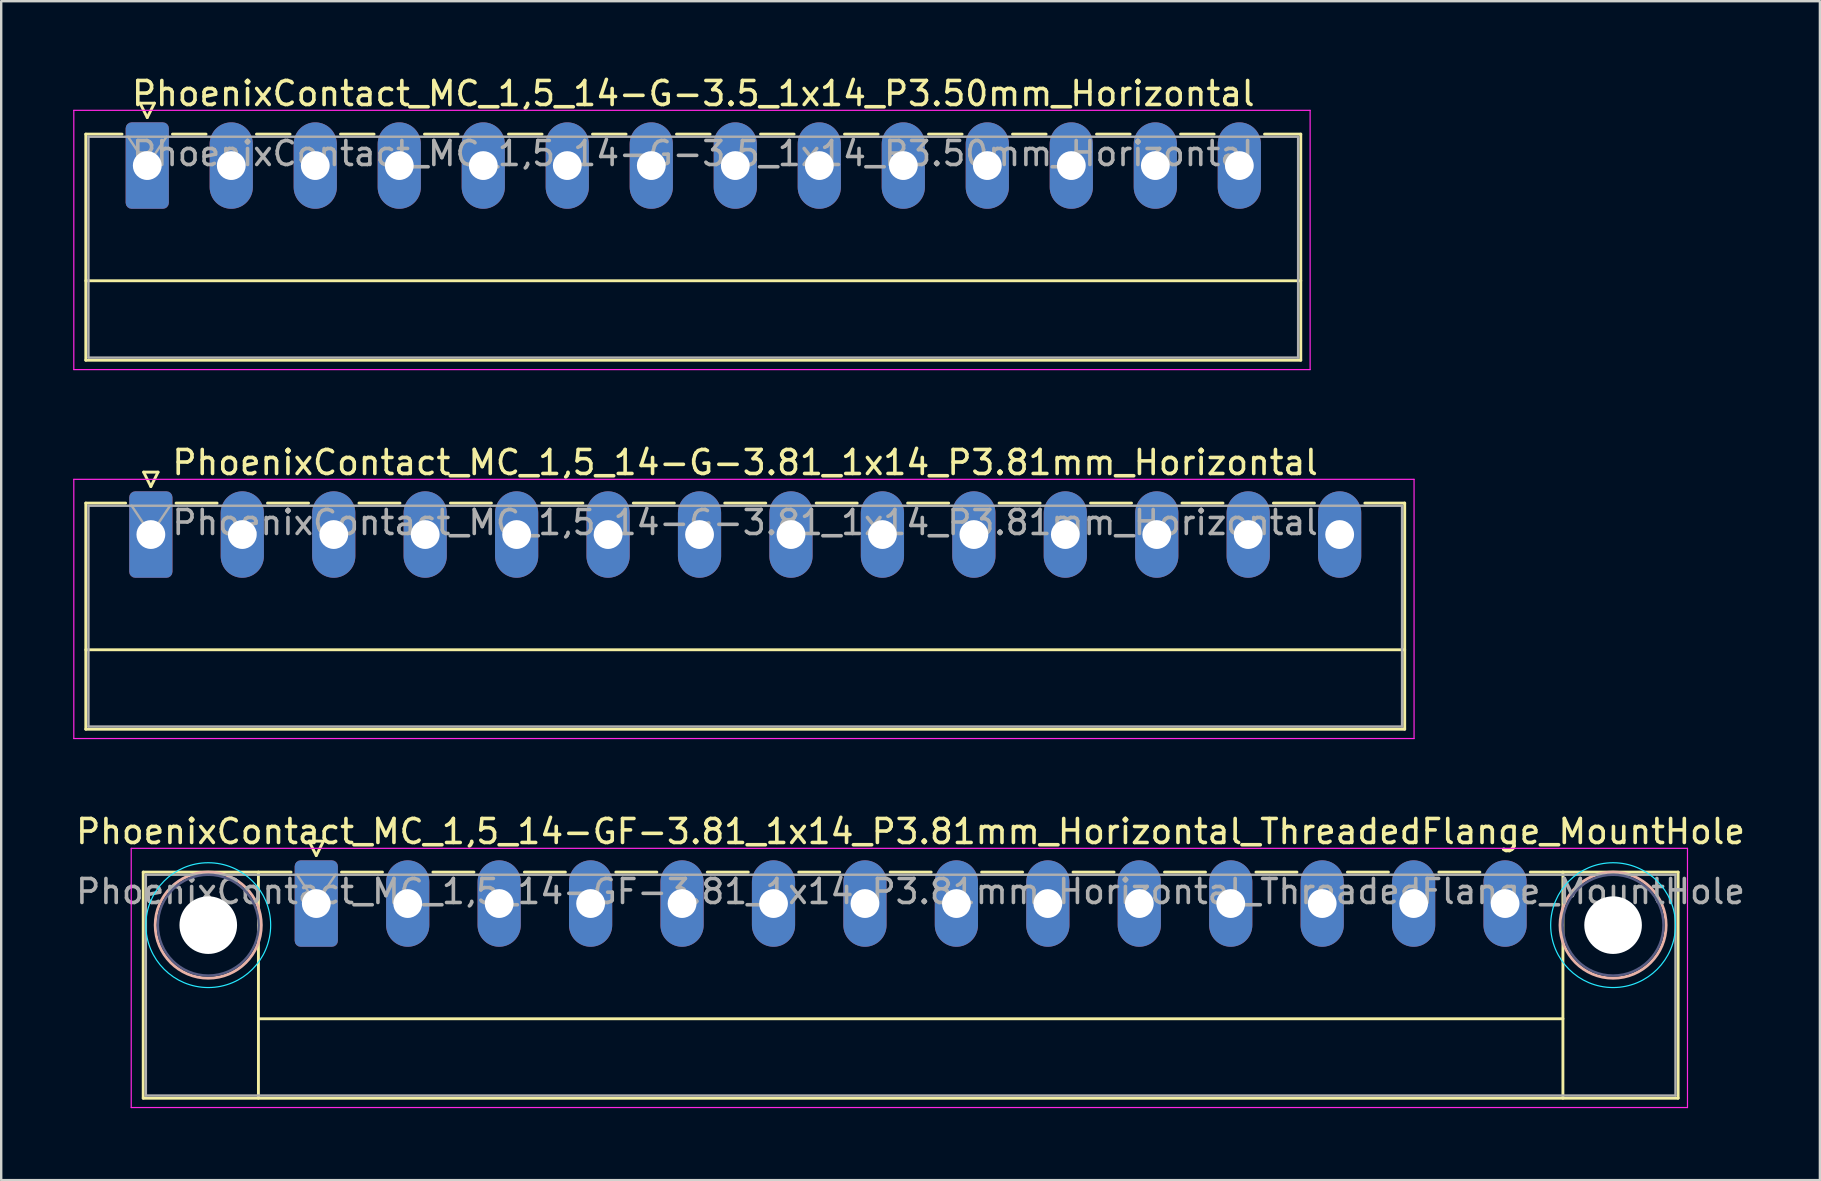
<source format=kicad_pcb>
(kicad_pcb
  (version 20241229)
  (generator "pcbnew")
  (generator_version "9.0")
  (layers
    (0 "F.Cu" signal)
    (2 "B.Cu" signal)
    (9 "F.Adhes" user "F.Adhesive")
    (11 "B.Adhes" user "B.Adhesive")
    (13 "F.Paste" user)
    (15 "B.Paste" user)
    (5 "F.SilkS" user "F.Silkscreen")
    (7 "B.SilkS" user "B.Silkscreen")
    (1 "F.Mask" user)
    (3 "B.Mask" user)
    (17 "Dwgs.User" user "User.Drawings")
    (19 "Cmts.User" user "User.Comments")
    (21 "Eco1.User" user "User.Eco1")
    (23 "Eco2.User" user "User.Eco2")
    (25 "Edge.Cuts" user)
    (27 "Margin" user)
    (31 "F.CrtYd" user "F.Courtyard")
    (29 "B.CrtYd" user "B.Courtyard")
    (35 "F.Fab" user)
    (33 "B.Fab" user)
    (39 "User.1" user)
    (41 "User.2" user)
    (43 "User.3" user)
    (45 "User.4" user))
  (footprint "PhoenixContact_MC_1,5_14-GF-3.81_1x14_P3.81mm_Horizontal_ThreadedFlange_MountHole"
    (layer "F.Cu")
    (at 10.127 34.595)
    (property "Reference" "PhoenixContact_MC_1,5_14-GF-3.81_1x14_P3.81mm_Horizontal_ThreadedFlange_MountHole" (at 24.76 -3 0) (layer "F.SilkS") (effects (font (size 1 1) (thickness 0.15))))
    (attr through_hole)
    (fp_line (start -7.21 -1.31) (end -7.21 8.11) (stroke (width 0.12) (type solid)) (layer "F.SilkS"))
    (fp_line (start -7.21 -1.31) (end -1.05 -1.31) (stroke (width 0.12) (type solid)) (layer "F.SilkS"))
    (fp_line (start -7.21 8.11) (end 56.74 8.11) (stroke (width 0.12) (type solid)) (layer "F.SilkS"))
    (fp_line (start -2.41 -1.31) (end -2.41 8.11) (stroke (width 0.12) (type solid)) (layer "F.SilkS"))
    (fp_line (start -2.41 4.8) (end 51.94 4.8) (stroke (width 0.12) (type solid)) (layer "F.SilkS"))
    (fp_line (start -0.3 -2.6) (end 0.3 -2.6) (stroke (width 0.12) (type solid)) (layer "F.SilkS"))
    (fp_line (start 0 -2) (end -0.3 -2.6) (stroke (width 0.12) (type solid)) (layer "F.SilkS"))
    (fp_line (start 0.3 -2.6) (end 0 -2) (stroke (width 0.12) (type solid)) (layer "F.SilkS"))
    (fp_line (start 1.05 -1.31) (end 2.76 -1.31) (stroke (width 0.12) (type solid)) (layer "F.SilkS"))
    (fp_line (start 4.86 -1.31) (end 6.57 -1.31) (stroke (width 0.12) (type solid)) (layer "F.SilkS"))
    (fp_line (start 8.67 -1.31) (end 10.38 -1.31) (stroke (width 0.12) (type solid)) (layer "F.SilkS"))
    (fp_line (start 12.48 -1.31) (end 14.19 -1.31) (stroke (width 0.12) (type solid)) (layer "F.SilkS"))
    (fp_line (start 16.29 -1.31) (end 18 -1.31) (stroke (width 0.12) (type solid)) (layer "F.SilkS"))
    (fp_line (start 20.1 -1.31) (end 21.81 -1.31) (stroke (width 0.12) (type solid)) (layer "F.SilkS"))
    (fp_line (start 23.91 -1.31) (end 25.62 -1.31) (stroke (width 0.12) (type solid)) (layer "F.SilkS"))
    (fp_line (start 27.72 -1.31) (end 29.43 -1.31) (stroke (width 0.12) (type solid)) (layer "F.SilkS"))
    (fp_line (start 31.53 -1.31) (end 33.24 -1.31) (stroke (width 0.12) (type solid)) (layer "F.SilkS"))
    (fp_line (start 35.34 -1.31) (end 37.05 -1.31) (stroke (width 0.12) (type solid)) (layer "F.SilkS"))
    (fp_line (start 39.15 -1.31) (end 40.86 -1.31) (stroke (width 0.12) (type solid)) (layer "F.SilkS"))
    (fp_line (start 42.96 -1.31) (end 44.67 -1.31) (stroke (width 0.12) (type solid)) (layer "F.SilkS"))
    (fp_line (start 46.77 -1.31) (end 48.48 -1.31) (stroke (width 0.12) (type solid)) (layer "F.SilkS"))
    (fp_line (start 51.94 -1.31) (end 51.94 8.11) (stroke (width 0.12) (type solid)) (layer "F.SilkS"))
    (fp_line (start 56.74 -1.31) (end 50.58 -1.31) (stroke (width 0.12) (type solid)) (layer "F.SilkS"))
    (fp_line (start 56.74 8.11) (end 56.74 -1.31) (stroke (width 0.12) (type solid)) (layer "F.SilkS"))
    (fp_circle (center -4.5 0.9) (end -2.29 0.9) (stroke (width 0.12) (type solid)) (fill no) (layer "B.SilkS"))
    (fp_circle (center 54.03 0.9) (end 56.24 0.9) (stroke (width 0.12) (type solid)) (fill no) (layer "B.SilkS"))
    (fp_circle (center -4.5 0.9) (end -1.9 0.9) (stroke (width 0.05) (type solid)) (fill no) (layer "B.CrtYd"))
    (fp_circle (center 54.03 0.9) (end 56.63 0.9) (stroke (width 0.05) (type solid)) (fill no) (layer "B.CrtYd"))
    (fp_line (start -7.71 -2.3) (end -7.71 8.5) (stroke (width 0.05) (type solid)) (layer "F.CrtYd"))
    (fp_line (start -7.71 8.5) (end 57.13 8.5) (stroke (width 0.05) (type solid)) (layer "F.CrtYd"))
    (fp_line (start 57.13 -2.3) (end -7.71 -2.3) (stroke (width 0.05) (type solid)) (layer "F.CrtYd"))
    (fp_line (start 57.13 8.5) (end 57.13 -2.3) (stroke (width 0.05) (type solid)) (layer "F.CrtYd"))
    (fp_circle (center -4.5 0.9) (end -2.4 0.9) (stroke (width 0.1) (type solid)) (fill no) (layer "B.Fab"))
    (fp_circle (center 54.03 0.9) (end 56.13 0.9) (stroke (width 0.1) (type solid)) (fill no) (layer "B.Fab"))
    (fp_line (start -7.1 -1.2) (end -7.1 8) (stroke (width 0.1) (type solid)) (layer "F.Fab"))
    (fp_line (start -7.1 8) (end 56.63 8) (stroke (width 0.1) (type solid)) (layer "F.Fab"))
    (fp_line (start 0 0) (end -0.8 -1.2) (stroke (width 0.1) (type solid)) (layer "F.Fab"))
    (fp_line (start 0.8 -1.2) (end 0 0) (stroke (width 0.1) (type solid)) (layer "F.Fab"))
    (fp_line (start 56.63 -1.2) (end -7.1 -1.2) (stroke (width 0.1) (type solid)) (layer "F.Fab"))
    (fp_line (start 56.63 8) (end 56.63 -1.2) (stroke (width 0.1) (type solid)) (layer "F.Fab"))
    (fp_text user "${REFERENCE}" (at 24.76 -0.5 0) (layer "F.Fab") (effects (font (size 1 1) (thickness 0.15))))
    (pad "" np_thru_hole circle (at -4.5 0.9) (size 2.4 2.4) (drill 2.4) (layers "*.Cu" "*.Mask"))
    (pad "" np_thru_hole circle (at 54.03 0.9) (size 2.4 2.4) (drill 2.4) (layers "*.Cu" "*.Mask"))
    (pad "1" thru_hole roundrect (at 0 0) (size 1.8 3.6) (drill 1.2) (layers "*.Cu" "*.Mask") (roundrect_rratio 0.139))
    (pad "2" thru_hole oval (at 3.81 0) (size 1.8 3.6) (drill 1.2) (layers "*.Cu" "*.Mask"))
    (pad "3" thru_hole oval (at 7.62 0) (size 1.8 3.6) (drill 1.2) (layers "*.Cu" "*.Mask"))
    (pad "4" thru_hole oval (at 11.43 0) (size 1.8 3.6) (drill 1.2) (layers "*.Cu" "*.Mask"))
    (pad "5" thru_hole oval (at 15.24 0) (size 1.8 3.6) (drill 1.2) (layers "*.Cu" "*.Mask"))
    (pad "6" thru_hole oval (at 19.05 0) (size 1.8 3.6) (drill 1.2) (layers "*.Cu" "*.Mask"))
    (pad "7" thru_hole oval (at 22.86 0) (size 1.8 3.6) (drill 1.2) (layers "*.Cu" "*.Mask"))
    (pad "8" thru_hole oval (at 26.67 0) (size 1.8 3.6) (drill 1.2) (layers "*.Cu" "*.Mask"))
    (pad "9" thru_hole oval (at 30.48 0) (size 1.8 3.6) (drill 1.2) (layers "*.Cu" "*.Mask"))
    (pad "10" thru_hole oval (at 34.29 0) (size 1.8 3.6) (drill 1.2) (layers "*.Cu" "*.Mask"))
    (pad "11" thru_hole oval (at 38.1 0) (size 1.8 3.6) (drill 1.2) (layers "*.Cu" "*.Mask"))
    (pad "12" thru_hole oval (at 41.91 0) (size 1.8 3.6) (drill 1.2) (layers "*.Cu" "*.Mask"))
    (pad "13" thru_hole oval (at 45.72 0) (size 1.8 3.6) (drill 1.2) (layers "*.Cu" "*.Mask"))
    (pad "14" thru_hole oval (at 49.53 0) (size 1.8 3.6) (drill 1.2) (layers "*.Cu" "*.Mask")))
  (footprint "PhoenixContact_MC_1,5_14-G-3.5_1x14_P3.50mm_Horizontal"
    (layer "F.Cu")
    (at 3.085 3.848)
    (property "Reference" "PhoenixContact_MC_1,5_14-G-3.5_1x14_P3.50mm_Horizontal" (at 22.75 -3 0) (layer "F.SilkS") (effects (font (size 1 1) (thickness 0.15))))
    (attr through_hole)
    (fp_line (start -2.56 -1.31) (end -2.56 8.11) (stroke (width 0.12) (type solid)) (layer "F.SilkS"))
    (fp_line (start -2.56 -1.31) (end -1.05 -1.31) (stroke (width 0.12) (type solid)) (layer "F.SilkS"))
    (fp_line (start -2.56 4.8) (end 48.06 4.8) (stroke (width 0.12) (type solid)) (layer "F.SilkS"))
    (fp_line (start -2.56 8.11) (end 48.06 8.11) (stroke (width 0.12) (type solid)) (layer "F.SilkS"))
    (fp_line (start -0.3 -2.6) (end 0.3 -2.6) (stroke (width 0.12) (type solid)) (layer "F.SilkS"))
    (fp_line (start 0 -2) (end -0.3 -2.6) (stroke (width 0.12) (type solid)) (layer "F.SilkS"))
    (fp_line (start 0.3 -2.6) (end 0 -2) (stroke (width 0.12) (type solid)) (layer "F.SilkS"))
    (fp_line (start 1.05 -1.31) (end 2.45 -1.31) (stroke (width 0.12) (type solid)) (layer "F.SilkS"))
    (fp_line (start 4.55 -1.31) (end 5.95 -1.31) (stroke (width 0.12) (type solid)) (layer "F.SilkS"))
    (fp_line (start 8.05 -1.31) (end 9.45 -1.31) (stroke (width 0.12) (type solid)) (layer "F.SilkS"))
    (fp_line (start 11.55 -1.31) (end 12.95 -1.31) (stroke (width 0.12) (type solid)) (layer "F.SilkS"))
    (fp_line (start 15.05 -1.31) (end 16.45 -1.31) (stroke (width 0.12) (type solid)) (layer "F.SilkS"))
    (fp_line (start 18.55 -1.31) (end 19.95 -1.31) (stroke (width 0.12) (type solid)) (layer "F.SilkS"))
    (fp_line (start 22.05 -1.31) (end 23.45 -1.31) (stroke (width 0.12) (type solid)) (layer "F.SilkS"))
    (fp_line (start 25.55 -1.31) (end 26.95 -1.31) (stroke (width 0.12) (type solid)) (layer "F.SilkS"))
    (fp_line (start 29.05 -1.31) (end 30.45 -1.31) (stroke (width 0.12) (type solid)) (layer "F.SilkS"))
    (fp_line (start 32.55 -1.31) (end 33.95 -1.31) (stroke (width 0.12) (type solid)) (layer "F.SilkS"))
    (fp_line (start 36.05 -1.31) (end 37.45 -1.31) (stroke (width 0.12) (type solid)) (layer "F.SilkS"))
    (fp_line (start 39.55 -1.31) (end 40.95 -1.31) (stroke (width 0.12) (type solid)) (layer "F.SilkS"))
    (fp_line (start 43.05 -1.31) (end 44.45 -1.31) (stroke (width 0.12) (type solid)) (layer "F.SilkS"))
    (fp_line (start 48.06 -1.31) (end 46.55 -1.31) (stroke (width 0.12) (type solid)) (layer "F.SilkS"))
    (fp_line (start 48.06 8.11) (end 48.06 -1.31) (stroke (width 0.12) (type solid)) (layer "F.SilkS"))
    (fp_line (start -3.06 -2.3) (end -3.06 8.5) (stroke (width 0.05) (type solid)) (layer "F.CrtYd"))
    (fp_line (start -3.06 8.5) (end 48.45 8.5) (stroke (width 0.05) (type solid)) (layer "F.CrtYd"))
    (fp_line (start 48.45 -2.3) (end -3.06 -2.3) (stroke (width 0.05) (type solid)) (layer "F.CrtYd"))
    (fp_line (start 48.45 8.5) (end 48.45 -2.3) (stroke (width 0.05) (type solid)) (layer "F.CrtYd"))
    (fp_line (start -2.45 -1.2) (end -2.45 8) (stroke (width 0.1) (type solid)) (layer "F.Fab"))
    (fp_line (start -2.45 8) (end 47.95 8) (stroke (width 0.1) (type solid)) (layer "F.Fab"))
    (fp_line (start 0 0) (end -0.8 -1.2) (stroke (width 0.1) (type solid)) (layer "F.Fab"))
    (fp_line (start 0.8 -1.2) (end 0 0) (stroke (width 0.1) (type solid)) (layer "F.Fab"))
    (fp_line (start 47.95 -1.2) (end -2.45 -1.2) (stroke (width 0.1) (type solid)) (layer "F.Fab"))
    (fp_line (start 47.95 8) (end 47.95 -1.2) (stroke (width 0.1) (type solid)) (layer "F.Fab"))
    (fp_text user "${REFERENCE}" (at 22.75 -0.5 0) (layer "F.Fab") (effects (font (size 1 1) (thickness 0.15))))
    (pad "1" thru_hole roundrect (at 0 0) (size 1.8 3.6) (drill 1.2) (layers "*.Cu" "*.Mask") (roundrect_rratio 0.139))
    (pad "2" thru_hole oval (at 3.5 0) (size 1.8 3.6) (drill 1.2) (layers "*.Cu" "*.Mask"))
    (pad "3" thru_hole oval (at 7 0) (size 1.8 3.6) (drill 1.2) (layers "*.Cu" "*.Mask"))
    (pad "4" thru_hole oval (at 10.5 0) (size 1.8 3.6) (drill 1.2) (layers "*.Cu" "*.Mask"))
    (pad "5" thru_hole oval (at 14 0) (size 1.8 3.6) (drill 1.2) (layers "*.Cu" "*.Mask"))
    (pad "6" thru_hole oval (at 17.5 0) (size 1.8 3.6) (drill 1.2) (layers "*.Cu" "*.Mask"))
    (pad "7" thru_hole oval (at 21 0) (size 1.8 3.6) (drill 1.2) (layers "*.Cu" "*.Mask"))
    (pad "8" thru_hole oval (at 24.5 0) (size 1.8 3.6) (drill 1.2) (layers "*.Cu" "*.Mask"))
    (pad "9" thru_hole oval (at 28 0) (size 1.8 3.6) (drill 1.2) (layers "*.Cu" "*.Mask"))
    (pad "10" thru_hole oval (at 31.5 0) (size 1.8 3.6) (drill 1.2) (layers "*.Cu" "*.Mask"))
    (pad "11" thru_hole oval (at 35 0) (size 1.8 3.6) (drill 1.2) (layers "*.Cu" "*.Mask"))
    (pad "12" thru_hole oval (at 38.5 0) (size 1.8 3.6) (drill 1.2) (layers "*.Cu" "*.Mask"))
    (pad "13" thru_hole oval (at 42 0) (size 1.8 3.6) (drill 1.2) (layers "*.Cu" "*.Mask"))
    (pad "14" thru_hole oval (at 45.5 0) (size 1.8 3.6) (drill 1.2) (layers "*.Cu" "*.Mask")))
  (footprint "PhoenixContact_MC_1,5_14-G-3.81_1x14_P3.81mm_Horizontal"
    (layer "F.Cu")
    (at 3.235 19.221)
    (property "Reference" "PhoenixContact_MC_1,5_14-G-3.81_1x14_P3.81mm_Horizontal" (at 24.76 -3 0) (layer "F.SilkS") (effects (font (size 1 1) (thickness 0.15))))
    (attr through_hole)
    (fp_line (start -2.71 -1.31) (end -2.71 8.11) (stroke (width 0.12) (type solid)) (layer "F.SilkS"))
    (fp_line (start -2.71 -1.31) (end -1.05 -1.31) (stroke (width 0.12) (type solid)) (layer "F.SilkS"))
    (fp_line (start -2.71 4.8) (end 52.24 4.8) (stroke (width 0.12) (type solid)) (layer "F.SilkS"))
    (fp_line (start -2.71 8.11) (end 52.24 8.11) (stroke (width 0.12) (type solid)) (layer "F.SilkS"))
    (fp_line (start -0.3 -2.6) (end 0.3 -2.6) (stroke (width 0.12) (type solid)) (layer "F.SilkS"))
    (fp_line (start 0 -2) (end -0.3 -2.6) (stroke (width 0.12) (type solid)) (layer "F.SilkS"))
    (fp_line (start 0.3 -2.6) (end 0 -2) (stroke (width 0.12) (type solid)) (layer "F.SilkS"))
    (fp_line (start 1.05 -1.31) (end 2.76 -1.31) (stroke (width 0.12) (type solid)) (layer "F.SilkS"))
    (fp_line (start 4.86 -1.31) (end 6.57 -1.31) (stroke (width 0.12) (type solid)) (layer "F.SilkS"))
    (fp_line (start 8.67 -1.31) (end 10.38 -1.31) (stroke (width 0.12) (type solid)) (layer "F.SilkS"))
    (fp_line (start 12.48 -1.31) (end 14.19 -1.31) (stroke (width 0.12) (type solid)) (layer "F.SilkS"))
    (fp_line (start 16.29 -1.31) (end 18 -1.31) (stroke (width 0.12) (type solid)) (layer "F.SilkS"))
    (fp_line (start 20.1 -1.31) (end 21.81 -1.31) (stroke (width 0.12) (type solid)) (layer "F.SilkS"))
    (fp_line (start 23.91 -1.31) (end 25.62 -1.31) (stroke (width 0.12) (type solid)) (layer "F.SilkS"))
    (fp_line (start 27.72 -1.31) (end 29.43 -1.31) (stroke (width 0.12) (type solid)) (layer "F.SilkS"))
    (fp_line (start 31.53 -1.31) (end 33.24 -1.31) (stroke (width 0.12) (type solid)) (layer "F.SilkS"))
    (fp_line (start 35.34 -1.31) (end 37.05 -1.31) (stroke (width 0.12) (type solid)) (layer "F.SilkS"))
    (fp_line (start 39.15 -1.31) (end 40.86 -1.31) (stroke (width 0.12) (type solid)) (layer "F.SilkS"))
    (fp_line (start 42.96 -1.31) (end 44.67 -1.31) (stroke (width 0.12) (type solid)) (layer "F.SilkS"))
    (fp_line (start 46.77 -1.31) (end 48.48 -1.31) (stroke (width 0.12) (type solid)) (layer "F.SilkS"))
    (fp_line (start 52.24 -1.31) (end 50.58 -1.31) (stroke (width 0.12) (type solid)) (layer "F.SilkS"))
    (fp_line (start 52.24 8.11) (end 52.24 -1.31) (stroke (width 0.12) (type solid)) (layer "F.SilkS"))
    (fp_line (start -3.21 -2.3) (end -3.21 8.5) (stroke (width 0.05) (type solid)) (layer "F.CrtYd"))
    (fp_line (start -3.21 8.5) (end 52.63 8.5) (stroke (width 0.05) (type solid)) (layer "F.CrtYd"))
    (fp_line (start 52.63 -2.3) (end -3.21 -2.3) (stroke (width 0.05) (type solid)) (layer "F.CrtYd"))
    (fp_line (start 52.63 8.5) (end 52.63 -2.3) (stroke (width 0.05) (type solid)) (layer "F.CrtYd"))
    (fp_line (start -2.6 -1.2) (end -2.6 8) (stroke (width 0.1) (type solid)) (layer "F.Fab"))
    (fp_line (start -2.6 8) (end 52.13 8) (stroke (width 0.1) (type solid)) (layer "F.Fab"))
    (fp_line (start 0 0) (end -0.8 -1.2) (stroke (width 0.1) (type solid)) (layer "F.Fab"))
    (fp_line (start 0.8 -1.2) (end 0 0) (stroke (width 0.1) (type solid)) (layer "F.Fab"))
    (fp_line (start 52.13 -1.2) (end -2.6 -1.2) (stroke (width 0.1) (type solid)) (layer "F.Fab"))
    (fp_line (start 52.13 8) (end 52.13 -1.2) (stroke (width 0.1) (type solid)) (layer "F.Fab"))
    (fp_text user "${REFERENCE}" (at 24.76 -0.5 0) (layer "F.Fab") (effects (font (size 1 1) (thickness 0.15))))
    (pad "1" thru_hole roundrect (at 0 0) (size 1.8 3.6) (drill 1.2) (layers "*.Cu" "*.Mask") (roundrect_rratio 0.139))
    (pad "2" thru_hole oval (at 3.81 0) (size 1.8 3.6) (drill 1.2) (layers "*.Cu" "*.Mask"))
    (pad "3" thru_hole oval (at 7.62 0) (size 1.8 3.6) (drill 1.2) (layers "*.Cu" "*.Mask"))
    (pad "4" thru_hole oval (at 11.43 0) (size 1.8 3.6) (drill 1.2) (layers "*.Cu" "*.Mask"))
    (pad "5" thru_hole oval (at 15.24 0) (size 1.8 3.6) (drill 1.2) (layers "*.Cu" "*.Mask"))
    (pad "6" thru_hole oval (at 19.05 0) (size 1.8 3.6) (drill 1.2) (layers "*.Cu" "*.Mask"))
    (pad "7" thru_hole oval (at 22.86 0) (size 1.8 3.6) (drill 1.2) (layers "*.Cu" "*.Mask"))
    (pad "8" thru_hole oval (at 26.67 0) (size 1.8 3.6) (drill 1.2) (layers "*.Cu" "*.Mask"))
    (pad "9" thru_hole oval (at 30.48 0) (size 1.8 3.6) (drill 1.2) (layers "*.Cu" "*.Mask"))
    (pad "10" thru_hole oval (at 34.29 0) (size 1.8 3.6) (drill 1.2) (layers "*.Cu" "*.Mask"))
    (pad "11" thru_hole oval (at 38.1 0) (size 1.8 3.6) (drill 1.2) (layers "*.Cu" "*.Mask"))
    (pad "12" thru_hole oval (at 41.91 0) (size 1.8 3.6) (drill 1.2) (layers "*.Cu" "*.Mask"))
    (pad "13" thru_hole oval (at 45.72 0) (size 1.8 3.6) (drill 1.2) (layers "*.Cu" "*.Mask"))
    (pad "14" thru_hole oval (at 49.53 0) (size 1.8 3.6) (drill 1.2) (layers "*.Cu" "*.Mask")))
  (gr_rect
    (start -3 -3)
    (end 72.774 46.12)
    (stroke (width 0.1) (type default))
    (fill no)
    (layer "Edge.Cuts")))
</source>
